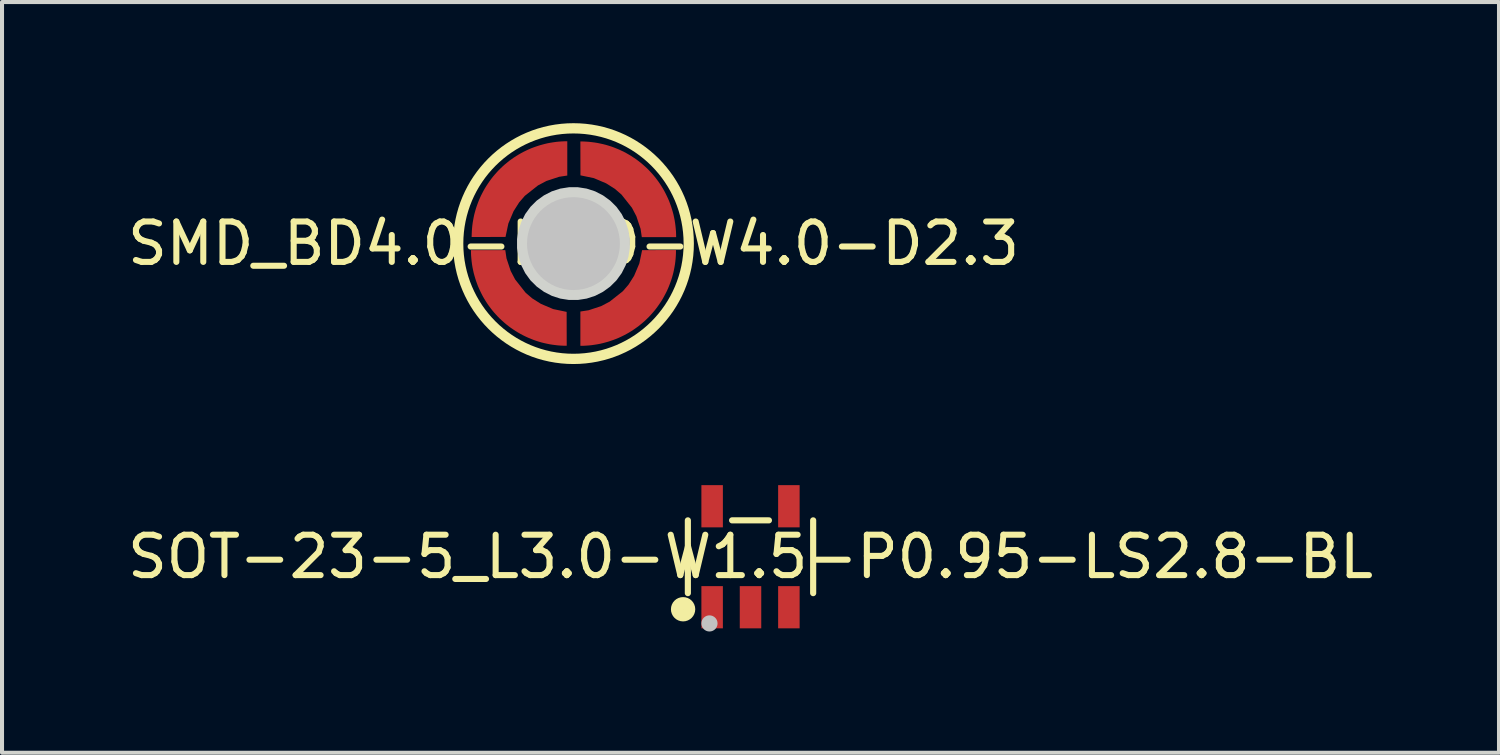
<source format=kicad_pcb>
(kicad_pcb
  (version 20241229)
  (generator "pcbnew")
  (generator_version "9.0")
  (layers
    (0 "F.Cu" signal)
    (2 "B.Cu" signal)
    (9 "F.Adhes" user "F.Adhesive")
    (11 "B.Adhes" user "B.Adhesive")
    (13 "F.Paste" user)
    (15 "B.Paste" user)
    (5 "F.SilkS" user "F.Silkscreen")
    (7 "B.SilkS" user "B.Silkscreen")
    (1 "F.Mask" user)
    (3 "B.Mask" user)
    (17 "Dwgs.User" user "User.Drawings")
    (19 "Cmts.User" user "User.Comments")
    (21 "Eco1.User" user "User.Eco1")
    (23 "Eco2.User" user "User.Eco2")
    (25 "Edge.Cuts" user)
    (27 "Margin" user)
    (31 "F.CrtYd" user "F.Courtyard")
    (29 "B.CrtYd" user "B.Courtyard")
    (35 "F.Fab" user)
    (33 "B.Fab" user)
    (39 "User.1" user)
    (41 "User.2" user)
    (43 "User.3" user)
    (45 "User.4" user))
  (footprint "SOT-23-5_L3.0-W1.5-P0.95-LS2.8-BL"
    (layer "F.Cu")
    (at 15.53 10.733)
    (property "Reference" "SOT-23-5_L3.0-W1.5-P0.95-LS2.8-BL" (at 0 0 0) (layer "F.SilkS") (effects (font (size 1 1) (thickness 0.15))))
    (fp_line (start -1.551 0.901) (end -1.551 -0.901) (stroke (width 0.152) (type default)) (layer "F.SilkS"))
    (fp_line (start 0.456 -0.901) (end -0.456 -0.901) (stroke (width 0.152) (type default)) (layer "F.SilkS"))
    (fp_line (start 1.551 0.901) (end 1.551 -0.901) (stroke (width 0.152) (type default)) (layer "F.SilkS"))
    (fp_circle (center -1.669 1.3) (end -1.518 1.3) (stroke (width 0.3) (type default)) (fill no) (layer "F.SilkS"))
    (fp_circle (center -1.016 1.651) (end -0.916 1.651) (stroke (width 0.2) (type default)) (fill no) (layer "Dwgs.User"))
    (fp_poly (pts (xy -1.163 -0.96) (xy -0.738 -0.96) (xy -0.738 -0.74) (xy -1.163 -0.74)) (stroke (width 0.1) (type default)) (fill no) (layer "User.1"))
    (fp_poly (pts (xy -1.163 -0.95) (xy -0.738 -0.95) (xy -0.738 -1.4) (xy -1.163 -1.4)) (stroke (width 0.1) (type default)) (fill no) (layer "User.1"))
    (fp_poly (pts (xy -1.163 0.95) (xy -0.738 0.95) (xy -0.738 1.4) (xy -1.163 1.4)) (stroke (width 0.1) (type default)) (fill no) (layer "User.1"))
    (fp_poly (pts (xy -0.738 0.96) (xy -1.163 0.96) (xy -1.163 0.74) (xy -0.738 0.74)) (stroke (width 0.1) (type default)) (fill no) (layer "User.1"))
    (fp_poly (pts (xy -0.212 0.95) (xy 0.212 0.95) (xy 0.212 1.4) (xy -0.212 1.4)) (stroke (width 0.1) (type default)) (fill no) (layer "User.1"))
    (fp_poly (pts (xy 0.212 0.96) (xy -0.212 0.96) (xy -0.212 0.74) (xy 0.212 0.74)) (stroke (width 0.1) (type default)) (fill no) (layer "User.1"))
    (fp_poly (pts (xy 0.738 -0.96) (xy 1.163 -0.96) (xy 1.163 -0.74) (xy 0.738 -0.74)) (stroke (width 0.1) (type default)) (fill no) (layer "User.1"))
    (fp_poly (pts (xy 0.738 -0.95) (xy 1.163 -0.95) (xy 1.163 -1.4) (xy 0.738 -1.4)) (stroke (width 0.1) (type default)) (fill no) (layer "User.1"))
    (fp_poly (pts (xy 0.738 0.95) (xy 1.163 0.95) (xy 1.163 1.4) (xy 0.738 1.4)) (stroke (width 0.1) (type default)) (fill no) (layer "User.1"))
    (fp_poly (pts (xy 1.163 0.96) (xy 0.738 0.96) (xy 0.738 0.74) (xy 1.163 0.74)) (stroke (width 0.1) (type default)) (fill no) (layer "User.1"))
    (fp_line (start -1.5 -0.75) (end 1.5 -0.75) (stroke (width 0.051) (type default)) (layer "User.2"))
    (fp_line (start -1.5 0.75) (end -1.5 -0.75) (stroke (width 0.051) (type default)) (layer "User.2"))
    (fp_line (start 1.5 -0.75) (end 1.5 0.75) (stroke (width 0.051) (type default)) (layer "User.2"))
    (fp_line (start 1.5 0.75) (end -1.5 0.75) (stroke (width 0.051) (type default)) (layer "User.2"))
    (fp_poly (pts (xy -1.445 1.377) (xy -1.477 1.345) (xy -1.523 1.345) (xy -1.555 1.377) (xy -1.555 1.423) (xy -1.523 1.455) (xy -1.477 1.455) (xy -1.445 1.423)) (stroke (width 0.1) (type default)) (fill no) (layer "User.3"))
    (pad "1" smd rect (at -0.95 1.25) (size 0.532 1.045) (layers "F.Cu" "F.Mask" "F.Paste"))
    (pad "2" smd rect (at 0 1.25) (size 0.532 1.045) (layers "F.Cu" "F.Mask" "F.Paste"))
    (pad "3" smd rect (at 0.95 1.25) (size 0.532 1.045) (layers "F.Cu" "F.Mask" "F.Paste"))
    (pad "4" smd rect (at 0.95 -1.25) (size 0.532 1.045) (layers "F.Cu" "F.Mask" "F.Paste"))
    (pad "5" smd rect (at -0.95 -1.25) (size 0.532 1.045) (layers "F.Cu" "F.Mask" "F.Paste")))
  (footprint "SMD_BD4.0-L4.0-W4.0-D2.3"
    (layer "F.Cu")
    (at 11.149 2.979)
    (property "Reference" "SMD_BD4.0-L4.0-W4.0-D2.3" (at 0 0 0) (layer "F.SilkS") (effects (font (size 1 1) (thickness 0.15))))
    (fp_circle (center -0.002 0.002) (end 2.852 0.002) (stroke (width 0.254) (type default)) (fill no) (layer "F.SilkS"))
    (fp_circle (center -0.002 0.002) (end 0.573 0.002) (stroke (width 1.15) (type default)) (fill no) (layer "Dwgs.User"))
    (fp_poly (pts (xy 1.394 -0.108) (xy 1.359 -0.325) (xy 1.291 -0.534) (xy 1.192 -0.73) (xy 1.063 -0.908) (xy 0.907 -1.063) (xy 0.729 -1.192) (xy 0.534 -1.292) (xy 0.325 -1.36) (xy 0.108 -1.394) (xy -0.112 -1.394) (xy -0.329 -1.36) (xy -0.538 -1.292) (xy -0.733 -1.192) (xy -0.911 -1.063) (xy -1.067 -0.908) (xy -1.196 -0.73) (xy -1.295 -0.534) (xy -1.363 -0.325) (xy -1.398 -0.108) (xy -1.398 0.111) (xy -1.363 0.328) (xy -1.295 0.537) (xy -1.196 0.733) (xy -1.067 0.911) (xy -0.911 1.066) (xy -0.733 1.195) (xy -0.538 1.295) (xy -0.329 1.363) (xy -0.112 1.397) (xy 0.108 1.397) (xy 0.325 1.363) (xy 0.534 1.295) (xy 0.729 1.195) (xy 0.907 1.066) (xy 1.063 0.911) (xy 1.192 0.733) (xy 1.291 0.537) (xy 1.359 0.328) (xy 1.394 0.111)) (stroke (width 0) (type default)) (fill yes) (layer "Edge.Cuts"))
    (fp_poly (pts (xy -2.523 -0.162) (xy -2.523 -0.165) (xy -2.522 -0.234) (xy -2.519 -0.305) (xy -2.514 -0.375) (xy -2.506 -0.445) (xy -2.498 -0.514) (xy -2.486 -0.584) (xy -2.473 -0.652) (xy -2.457 -0.721) (xy -2.439 -0.788) (xy -2.42 -0.856) (xy -2.398 -0.923) (xy -2.375 -0.989) (xy -2.349 -1.054) (xy -2.322 -1.119) (xy -2.293 -1.183) (xy -2.262 -1.246) (xy -2.229 -1.308) (xy -2.194 -1.369) (xy -2.158 -1.429) (xy -2.119 -1.488) (xy -2.079 -1.545) (xy -2.038 -1.601) (xy -1.994 -1.657) (xy -1.949 -1.71) (xy -1.903 -1.763) (xy -1.854 -1.814) (xy -1.804 -1.864) (xy -1.754 -1.912) (xy -1.701 -1.958) (xy -1.647 -2.003) (xy -1.592 -2.047) (xy -1.536 -2.088) (xy -1.478 -2.129) (xy -1.419 -2.167) (xy -1.359 -2.204) (xy -1.298 -2.239) (xy -1.236 -2.272) (xy -1.173 -2.303) (xy -1.109 -2.332) (xy -1.045 -2.359) (xy -0.98 -2.385) (xy -0.913 -2.408) (xy -0.847 -2.429) (xy -0.779 -2.449) (xy -0.711 -2.466) (xy -0.643 -2.482) (xy -0.574 -2.495) (xy -0.504 -2.507) (xy -0.435 -2.516) (xy -0.365 -2.523) (xy -0.295 -2.529) (xy -0.225 -2.531) (xy -0.155 -2.533) (xy -0.155 -1.683) (xy -0.358 -1.653) (xy -0.671 -1.549) (xy -0.881 -1.438) (xy -1.208 -1.181) (xy -1.349 -1.017) (xy -1.486 -0.8) (xy -1.615 -0.495) (xy -1.685 -0.164)) (stroke (width 0.1) (type default)) (fill no) (layer "User.1"))
    (fp_poly (pts (xy -0.169 2.53) (xy -0.172 2.53) (xy -0.242 2.53) (xy -0.312 2.526) (xy -0.382 2.522) (xy -0.452 2.514) (xy -0.521 2.505) (xy -0.591 2.494) (xy -0.659 2.48) (xy -0.728 2.465) (xy -0.796 2.447) (xy -0.864 2.428) (xy -0.93 2.406) (xy -0.997 2.382) (xy -1.062 2.357) (xy -1.127 2.329) (xy -1.19 2.3) (xy -1.253 2.269) (xy -1.315 2.236) (xy -1.376 2.201) (xy -1.436 2.165) (xy -1.494 2.127) (xy -1.552 2.087) (xy -1.609 2.045) (xy -1.664 2.002) (xy -1.718 1.956) (xy -1.77 1.909) (xy -1.821 1.861) (xy -1.871 1.812) (xy -1.919 1.761) (xy -1.966 1.708) (xy -2.01 1.655) (xy -2.054 1.599) (xy -2.096 1.543) (xy -2.136 1.486) (xy -2.175 1.427) (xy -2.211 1.367) (xy -2.245 1.306) (xy -2.279 1.244) (xy -2.309 1.181) (xy -2.339 1.117) (xy -2.366 1.052) (xy -2.392 0.987) (xy -2.415 0.921) (xy -2.437 0.854) (xy -2.456 0.786) (xy -2.474 0.719) (xy -2.489 0.65) (xy -2.502 0.582) (xy -2.514 0.512) (xy -2.523 0.443) (xy -2.53 0.372) (xy -2.536 0.302) (xy -2.539 0.233) (xy -2.54 0.163) (xy -1.69 0.163) (xy -1.66 0.366) (xy -1.556 0.678) (xy -1.446 0.889) (xy -1.188 1.216) (xy -1.024 1.357) (xy -0.807 1.494) (xy -0.503 1.622) (xy -0.171 1.692)) (stroke (width 0.1) (type default)) (fill no) (layer "User.1"))
    (fp_poly (pts (xy 0.169 -2.527) (xy 0.172 -2.527) (xy 0.242 -2.526) (xy 0.312 -2.523) (xy 0.382 -2.518) (xy 0.452 -2.511) (xy 0.521 -2.502) (xy 0.591 -2.49) (xy 0.659 -2.477) (xy 0.728 -2.462) (xy 0.796 -2.444) (xy 0.864 -2.425) (xy 0.93 -2.403) (xy 0.997 -2.38) (xy 1.062 -2.354) (xy 1.127 -2.326) (xy 1.19 -2.297) (xy 1.253 -2.267) (xy 1.315 -2.233) (xy 1.376 -2.199) (xy 1.436 -2.162) (xy 1.494 -2.123) (xy 1.552 -2.083) (xy 1.609 -2.042) (xy 1.664 -1.998) (xy 1.718 -1.954) (xy 1.77 -1.907) (xy 1.821 -1.859) (xy 1.871 -1.809) (xy 1.919 -1.758) (xy 1.966 -1.706) (xy 2.01 -1.651) (xy 2.054 -1.597) (xy 2.096 -1.54) (xy 2.136 -1.482) (xy 2.174 -1.423) (xy 2.211 -1.363) (xy 2.245 -1.302) (xy 2.279 -1.24) (xy 2.309 -1.178) (xy 2.339 -1.114) (xy 2.366 -1.05) (xy 2.392 -0.984) (xy 2.415 -0.918) (xy 2.437 -0.851) (xy 2.456 -0.783) (xy 2.474 -0.716) (xy 2.489 -0.647) (xy 2.502 -0.578) (xy 2.514 -0.509) (xy 2.523 -0.44) (xy 2.53 -0.369) (xy 2.536 -0.299) (xy 2.539 -0.23) (xy 2.54 -0.16) (xy 1.69 -0.159) (xy 1.66 -0.363) (xy 1.556 -0.675) (xy 1.446 -0.886) (xy 1.188 -1.212) (xy 1.024 -1.353) (xy 0.807 -1.49) (xy 0.503 -1.619) (xy 0.171 -1.688)) (stroke (width 0.1) (type default)) (fill no) (layer "User.1"))
    (fp_poly (pts (xy 2.537 0.162) (xy 2.537 0.165) (xy 2.535 0.234) (xy 2.533 0.305) (xy 2.527 0.375) (xy 2.52 0.445) (xy 2.511 0.514) (xy 2.499 0.584) (xy 2.486 0.652) (xy 2.47 0.721) (xy 2.453 0.789) (xy 2.433 0.856) (xy 2.412 0.923) (xy 2.389 0.989) (xy 2.363 1.054) (xy 2.336 1.119) (xy 2.307 1.183) (xy 2.276 1.246) (xy 2.243 1.308) (xy 2.208 1.369) (xy 2.171 1.429) (xy 2.132 1.488) (xy 2.092 1.545) (xy 2.051 1.601) (xy 2.007 1.657) (xy 1.962 1.71) (xy 1.916 1.763) (xy 1.867 1.814) (xy 1.818 1.864) (xy 1.767 1.912) (xy 1.714 1.958) (xy 1.661 2.003) (xy 1.605 2.047) (xy 1.549 2.088) (xy 1.492 2.129) (xy 1.433 2.167) (xy 1.373 2.204) (xy 1.312 2.239) (xy 1.25 2.272) (xy 1.187 2.303) (xy 1.123 2.332) (xy 1.058 2.359) (xy 0.993 2.385) (xy 0.927 2.408) (xy 0.86 2.429) (xy 0.792 2.449) (xy 0.725 2.466) (xy 0.656 2.482) (xy 0.588 2.495) (xy 0.518 2.507) (xy 0.449 2.516) (xy 0.379 2.523) (xy 0.308 2.529) (xy 0.238 2.532) (xy 0.169 2.533) (xy 0.169 1.683) (xy 0.372 1.653) (xy 0.684 1.549) (xy 0.895 1.438) (xy 1.222 1.181) (xy 1.363 1.017) (xy 1.5 0.8) (xy 1.628 0.496) (xy 1.698 0.164)) (stroke (width 0.1) (type default)) (fill no) (layer "User.1"))
    (fp_line (start -0.004 -1.998) (end -0.001 -1.998) (stroke (width 0.051) (type default)) (layer "User.2"))
    (fp_line (start -0.001 2.002) (end -0.004 2.002) (stroke (width 0.051) (type default)) (layer "User.2"))
    (fp_arc (start -2.002 0.0015) (mid -1.416744 -1.412183) (end -0.0035 -1.9985) (stroke (width 0.051) (type default)) (layer "User.2"))
    (fp_arc (start -0.0035 2.0015) (mid -1.416744 1.415184) (end -2.002 0.0015) (stroke (width 0.051) (type default)) (layer "User.2"))
    (fp_arc (start -0.0005 -1.9985) (mid 1.412744 -1.412184) (end 1.998 0.0015) (stroke (width 0.051) (type default)) (layer "User.2"))
    (fp_arc (start 1.998 0.0015) (mid 1.412744 1.415183) (end -0.0005 2.0015) (stroke (width 0.051) (type default)) (layer "User.2"))
    (fp_poly (pts (xy 2.595 -2.555) (xy 2.563 -2.588) (xy 2.517 -2.588) (xy 2.485 -2.555) (xy 2.485 -2.51) (xy 2.517 -2.477) (xy 2.563 -2.477) (xy 2.595 -2.51)) (stroke (width 0.1) (type default)) (fill no) (layer "User.3"))
    (pad "1" smd custom (at 1.629 -1.343) (size 0.000001 0.000001) (layers "F.Cu" "F.Mask" "F.Paste") (options (anchor circle)) (primitives (gr_poly (pts (xy -1.46 -1.184) (xy -1.458 -1.184) (xy -1.387 -1.183) (xy -1.317 -1.18) (xy -1.247 -1.175) (xy -1.177 -1.167) (xy -1.107 -1.158) (xy -1.038 -1.147) (xy -0.97 -1.133) (xy -0.901 -1.118) (xy -0.833 -1.101) (xy -0.765 -1.081) (xy -0.699 -1.06) (xy -0.632 -1.036) (xy -0.568 -1.01) (xy -0.502 -0.983) (xy -0.439 -0.954) (xy -0.376 -0.923) (xy -0.314 -0.89) (xy -0.253 -0.855) (xy -0.193 -0.819) (xy -0.135 -0.78) (xy -0.076 -0.74) (xy -0.021 -0.699) (xy 0.035 -0.655) (xy 0.088 -0.61) (xy 0.141 -0.563) (xy 0.193 -0.515) (xy 0.242 -0.466) (xy 0.29 -0.414) (xy 0.337 -0.362) (xy 0.382 -0.308) (xy 0.425 -0.253) (xy 0.467 -0.197) (xy 0.507 -0.139) (xy 0.545 -0.08) (xy 0.582 -0.02) (xy 0.617 0.041) (xy 0.649 0.103) (xy 0.68 0.166) (xy 0.71 0.23) (xy 0.738 0.294) (xy 0.762 0.359) (xy 0.786 0.425) (xy 0.807 0.492) (xy 0.827 0.56) (xy 0.845 0.628) (xy 0.86 0.697) (xy 0.874 0.765) (xy 0.885 0.835) (xy 0.894 0.904) (xy 0.901 0.974) (xy 0.907 1.044) (xy 0.91 1.114) (xy 0.911 1.184) (xy 0.061 1.185) (xy 0.031 0.981) (xy -0.073 0.668) (xy -0.183 0.458) (xy -0.442 0.131) (xy -0.605 -0.01) (xy -0.822 -0.147) (xy -1.126 -0.276) (xy -1.458 -0.345)) (width 0) (fill yes))))
    (pad "2" smd custom (at 1.615 1.347) (size 0.000001 0.000001) (layers "F.Cu" "F.Mask" "F.Paste") (options (anchor circle)) (primitives (gr_poly (pts (xy 0.921 -1.185) (xy 0.921 -1.183) (xy 0.92 -1.113) (xy 0.917 -1.042) (xy 0.912 -0.973) (xy 0.905 -0.903) (xy 0.896 -0.834) (xy 0.884 -0.764) (xy 0.871 -0.695) (xy 0.856 -0.626) (xy 0.838 -0.558) (xy 0.819 -0.491) (xy 0.797 -0.424) (xy 0.773 -0.358) (xy 0.748 -0.293) (xy 0.721 -0.228) (xy 0.692 -0.165) (xy 0.66 -0.102) (xy 0.627 -0.04) (xy 0.593 0.021) (xy 0.556 0.082) (xy 0.517 0.14) (xy 0.477 0.198) (xy 0.436 0.254) (xy 0.393 0.309) (xy 0.347 0.363) (xy 0.301 0.415) (xy 0.253 0.467) (xy 0.203 0.516) (xy 0.152 0.565) (xy 0.1 0.611) (xy 0.045 0.656) (xy -0.009 0.7) (xy -0.066 0.741) (xy -0.123 0.781) (xy -0.182 0.82) (xy -0.242 0.857) (xy -0.303 0.891) (xy -0.365 0.924) (xy -0.428 0.955) (xy -0.492 0.985) (xy -0.556 1.012) (xy -0.622 1.037) (xy -0.688 1.06) (xy -0.755 1.082) (xy -0.823 1.101) (xy -0.89 1.119) (xy -0.959 1.135) (xy -1.028 1.148) (xy -1.097 1.159) (xy -1.167 1.169) (xy -1.236 1.176) (xy -1.306 1.181) (xy -1.377 1.185) (xy -1.446 1.185) (xy -1.446 0.336) (xy -1.243 0.305) (xy -0.93 0.202) (xy -0.72 0.091) (xy -0.394 -0.167) (xy -0.253 -0.331) (xy -0.116 -0.547) (xy 0.013 -0.852) (xy 0.083 -1.184)) (width 0) (fill yes))))
    (pad "3" smd custom (at -1.629 1.347) (size 0.000001 0.000001) (layers "F.Cu" "F.Mask" "F.Paste") (options (anchor circle)) (primitives (gr_poly (pts (xy 1.46 1.184) (xy 1.458 1.184) (xy 1.387 1.183) (xy 1.317 1.18) (xy 1.247 1.175) (xy 1.177 1.167) (xy 1.107 1.158) (xy 1.038 1.147) (xy 0.97 1.133) (xy 0.901 1.118) (xy 0.833 1.101) (xy 0.765 1.081) (xy 0.699 1.06) (xy 0.632 1.036) (xy 0.568 1.01) (xy 0.502 0.983) (xy 0.439 0.954) (xy 0.376 0.923) (xy 0.314 0.89) (xy 0.253 0.855) (xy 0.193 0.819) (xy 0.135 0.78) (xy 0.076 0.74) (xy 0.021 0.699) (xy -0.035 0.655) (xy -0.088 0.61) (xy -0.141 0.563) (xy -0.193 0.515) (xy -0.242 0.466) (xy -0.29 0.414) (xy -0.337 0.362) (xy -0.382 0.308) (xy -0.425 0.253) (xy -0.467 0.197) (xy -0.507 0.139) (xy -0.545 0.08) (xy -0.582 0.02) (xy -0.617 -0.041) (xy -0.649 -0.102) (xy -0.68 -0.166) (xy -0.71 -0.23) (xy -0.738 -0.294) (xy -0.762 -0.359) (xy -0.786 -0.425) (xy -0.807 -0.492) (xy -0.827 -0.56) (xy -0.845 -0.628) (xy -0.86 -0.697) (xy -0.874 -0.765) (xy -0.885 -0.835) (xy -0.894 -0.904) (xy -0.901 -0.974) (xy -0.907 -1.044) (xy -0.91 -1.114) (xy -0.911 -1.184) (xy -0.061 -1.184) (xy -0.031 -0.981) (xy 0.073 -0.668) (xy 0.183 -0.458) (xy 0.441 -0.131) (xy 0.605 0.01) (xy 0.822 0.147) (xy 1.126 0.276) (xy 1.458 0.345)) (width 0) (fill yes))))
    (pad "4" smd custom (at -1.601 -1.347) (size 0.000001 0.000001) (layers "F.Cu" "F.Mask" "F.Paste") (options (anchor circle)) (primitives (gr_poly (pts (xy -0.922 1.185) (xy -0.922 1.183) (xy -0.92 1.113) (xy -0.917 1.042) (xy -0.912 0.973) (xy -0.905 0.903) (xy -0.896 0.834) (xy -0.884 0.764) (xy -0.871 0.695) (xy -0.856 0.626) (xy -0.838 0.559) (xy -0.819 0.491) (xy -0.797 0.424) (xy -0.773 0.358) (xy -0.748 0.293) (xy -0.721 0.229) (xy -0.692 0.165) (xy -0.66 0.102) (xy -0.627 0.04) (xy -0.593 -0.021) (xy -0.556 -0.081) (xy -0.517 -0.14) (xy -0.477 -0.198) (xy -0.436 -0.254) (xy -0.393 -0.309) (xy -0.347 -0.363) (xy -0.301 -0.415) (xy -0.253 -0.467) (xy -0.203 -0.516) (xy -0.152 -0.565) (xy -0.1 -0.611) (xy -0.045 -0.656) (xy 0.009 -0.7) (xy 0.066 -0.741) (xy 0.123 -0.781) (xy 0.182 -0.82) (xy 0.242 -0.856) (xy 0.303 -0.891) (xy 0.365 -0.924) (xy 0.428 -0.955) (xy 0.492 -0.985) (xy 0.556 -1.012) (xy 0.622 -1.037) (xy 0.688 -1.06) (xy 0.755 -1.082) (xy 0.823 -1.101) (xy 0.89 -1.119) (xy 0.959 -1.135) (xy 1.028 -1.148) (xy 1.097 -1.159) (xy 1.167 -1.169) (xy 1.236 -1.176) (xy 1.306 -1.181) (xy 1.377 -1.184) (xy 1.446 -1.185) (xy 1.446 -0.336) (xy 1.243 -0.305) (xy 0.93 -0.202) (xy 0.72 -0.091) (xy 0.394 0.167) (xy 0.253 0.331) (xy 0.116 0.547) (xy -0.013 0.852) (xy -0.083 1.184)) (width 0) (fill yes)))))
  (gr_rect
    (start -3 -3)
    (end 34.06 15.585)
    (stroke (width 0.1) (type default))
    (fill no)
    (layer "Edge.Cuts")))
</source>
